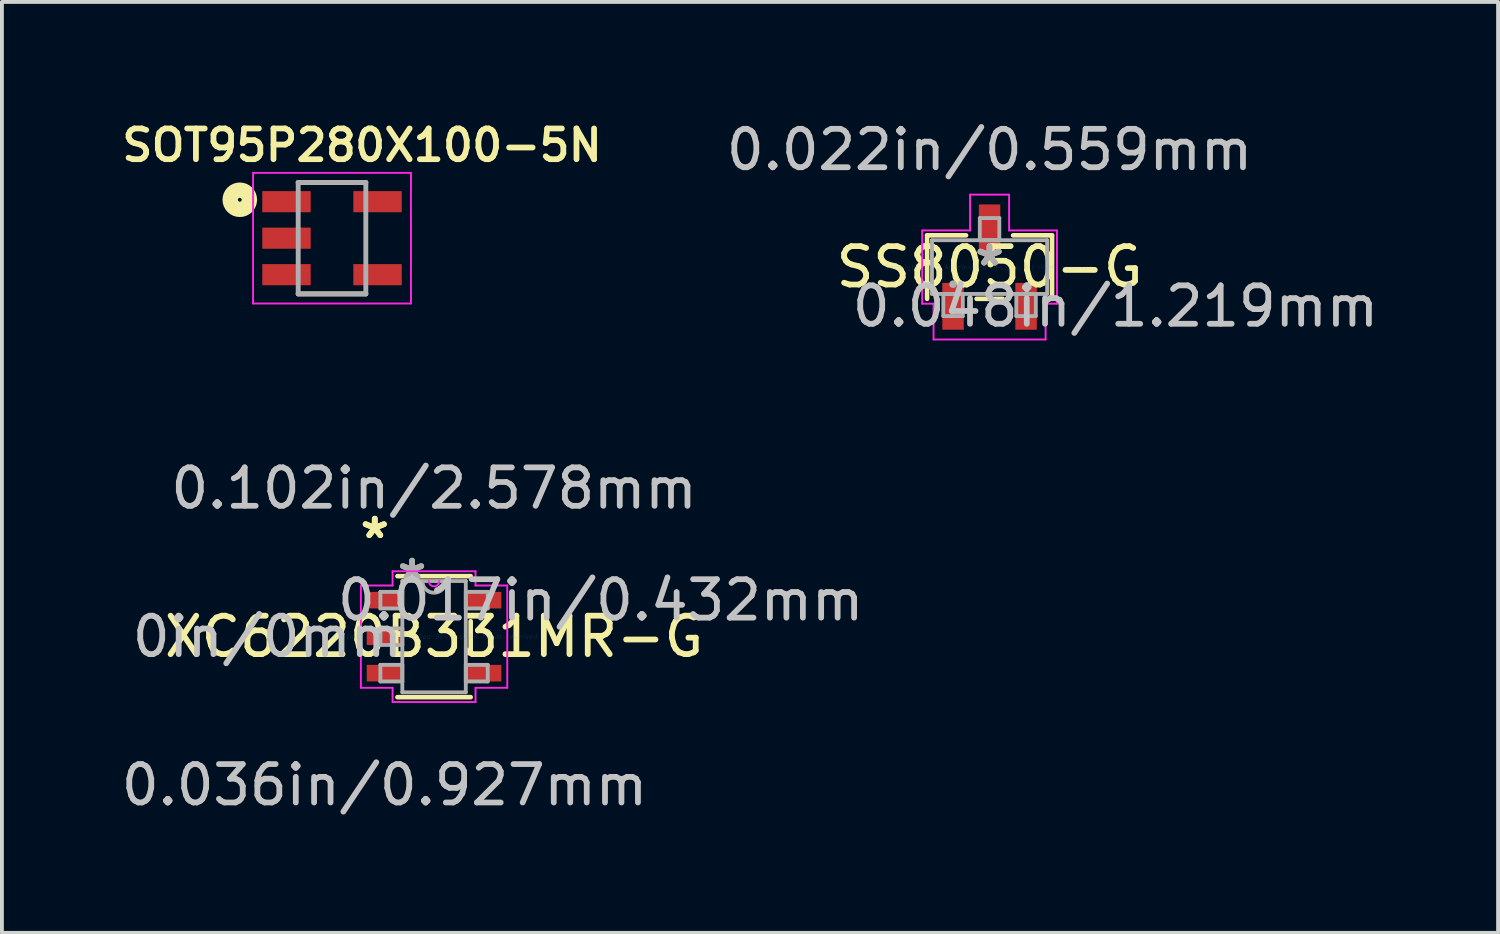
<source format=kicad_pcb>
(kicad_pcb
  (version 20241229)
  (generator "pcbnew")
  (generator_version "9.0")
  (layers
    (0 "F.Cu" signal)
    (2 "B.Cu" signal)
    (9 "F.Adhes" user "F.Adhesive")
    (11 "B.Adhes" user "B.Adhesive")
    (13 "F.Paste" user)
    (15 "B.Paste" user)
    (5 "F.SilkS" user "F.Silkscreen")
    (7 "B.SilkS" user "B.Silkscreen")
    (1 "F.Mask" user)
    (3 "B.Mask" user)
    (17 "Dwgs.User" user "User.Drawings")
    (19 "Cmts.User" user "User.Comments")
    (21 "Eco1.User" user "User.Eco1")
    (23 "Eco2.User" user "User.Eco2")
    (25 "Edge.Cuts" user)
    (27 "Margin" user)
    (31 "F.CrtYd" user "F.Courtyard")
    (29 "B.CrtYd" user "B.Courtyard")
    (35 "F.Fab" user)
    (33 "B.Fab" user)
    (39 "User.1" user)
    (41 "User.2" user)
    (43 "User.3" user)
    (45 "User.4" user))
  (footprint "SS8050-G"
    (layer "F.Cu")
    (at 22.705 3.901)
    (property "Reference" "SS8050-G" (at 0 0 0) (layer "F.SilkS") (effects (font (size 1 1) (thickness 0.15))))
    (attr through_hole)
    (fp_line (start -1.626 -0.826) (end -1.626 0.826) (stroke (width 0.12) (type solid)) (layer "F.SilkS"))
    (fp_line (start -0.612 -0.826) (end -1.626 -0.826) (stroke (width 0.12) (type solid)) (layer "F.SilkS"))
    (fp_line (start -0.338 0.826) (end 0.338 0.826) (stroke (width 0.12) (type solid)) (layer "F.SilkS"))
    (fp_line (start 1.626 -0.826) (end 0.612 -0.826) (stroke (width 0.12) (type solid)) (layer "F.SilkS"))
    (fp_line (start 1.626 0.826) (end 1.626 -0.826) (stroke (width 0.12) (type solid)) (layer "F.SilkS"))
    (fp_line (start -1.753 -0.953) (end -0.508 -0.953) (stroke (width 0.05) (type solid)) (layer "F.CrtYd"))
    (fp_line (start -1.753 0.953) (end -1.753 -0.953) (stroke (width 0.05) (type solid)) (layer "F.CrtYd"))
    (fp_line (start -1.458 0.953) (end -1.753 0.953) (stroke (width 0.05) (type solid)) (layer "F.CrtYd"))
    (fp_line (start -1.458 1.885) (end -1.458 0.953) (stroke (width 0.05) (type solid)) (layer "F.CrtYd"))
    (fp_line (start -0.508 -1.885) (end 0.508 -1.885) (stroke (width 0.05) (type solid)) (layer "F.CrtYd"))
    (fp_line (start -0.508 -0.953) (end -0.508 -1.885) (stroke (width 0.05) (type solid)) (layer "F.CrtYd"))
    (fp_line (start 0.508 -1.885) (end 0.508 -0.953) (stroke (width 0.05) (type solid)) (layer "F.CrtYd"))
    (fp_line (start 0.508 -0.953) (end 1.753 -0.953) (stroke (width 0.05) (type solid)) (layer "F.CrtYd"))
    (fp_line (start 1.458 0.953) (end 1.458 1.885) (stroke (width 0.05) (type solid)) (layer "F.CrtYd"))
    (fp_line (start 1.458 1.885) (end -1.458 1.885) (stroke (width 0.05) (type solid)) (layer "F.CrtYd"))
    (fp_line (start 1.753 -0.953) (end 1.753 0.953) (stroke (width 0.05) (type solid)) (layer "F.CrtYd"))
    (fp_line (start 1.753 0.953) (end 1.458 0.953) (stroke (width 0.05) (type solid)) (layer "F.CrtYd"))
    (fp_line (start -1.499 -0.699) (end -1.499 0.699) (stroke (width 0.1) (type solid)) (layer "F.Fab"))
    (fp_line (start -1.499 0.699) (end 1.499 0.699) (stroke (width 0.1) (type solid)) (layer "F.Fab"))
    (fp_line (start -1.204 0.699) (end -1.204 1.275) (stroke (width 0.1) (type solid)) (layer "F.Fab"))
    (fp_line (start -1.204 1.275) (end -0.696 1.275) (stroke (width 0.1) (type solid)) (layer "F.Fab"))
    (fp_line (start -0.696 0.699) (end -1.204 0.699) (stroke (width 0.1) (type solid)) (layer "F.Fab"))
    (fp_line (start -0.696 1.275) (end -0.696 0.699) (stroke (width 0.1) (type solid)) (layer "F.Fab"))
    (fp_line (start -0.254 -1.275) (end -0.254 -0.699) (stroke (width 0.1) (type solid)) (layer "F.Fab"))
    (fp_line (start -0.254 -0.699) (end 0.254 -0.699) (stroke (width 0.1) (type solid)) (layer "F.Fab"))
    (fp_line (start 0.254 -1.275) (end -0.254 -1.275) (stroke (width 0.1) (type solid)) (layer "F.Fab"))
    (fp_line (start 0.254 -0.699) (end 0.254 -1.275) (stroke (width 0.1) (type solid)) (layer "F.Fab"))
    (fp_line (start 0.696 0.699) (end 0.696 1.275) (stroke (width 0.1) (type solid)) (layer "F.Fab"))
    (fp_line (start 0.696 1.275) (end 1.204 1.275) (stroke (width 0.1) (type solid)) (layer "F.Fab"))
    (fp_line (start 1.204 0.699) (end 0.696 0.699) (stroke (width 0.1) (type solid)) (layer "F.Fab"))
    (fp_line (start 1.204 1.275) (end 1.204 0.699) (stroke (width 0.1) (type solid)) (layer "F.Fab"))
    (fp_line (start 1.499 -0.699) (end -1.499 -0.699) (stroke (width 0.1) (type solid)) (layer "F.Fab"))
    (fp_line (start 1.499 0.699) (end 1.499 -0.699) (stroke (width 0.1) (type solid)) (layer "F.Fab"))
    (fp_circle (center -0.95 0.445) (end -0.95 0.445) (stroke (width 0.1) (type solid)) (fill no) (layer "F.Fab"))
    (fp_text user "*" (at 0 0 0) (layer "F.SilkS") (effects (font (size 1 1) (thickness 0.15))))
    (fp_text user "0.048in/1.219mm" (at 3.277 1.021 0) (layer "Dwgs.User") (effects (font (size 1 1) (thickness 0.15))))
    (fp_text user "0.022in/0.559mm" (at 0 -3.053 0) (layer "Dwgs.User") (effects (font (size 1 1) (thickness 0.15))))
    (fp_text user "Copyright 2021 Accelerated Designs. All rights reserved." (at 0 0 0) (layer "Cmts.User") (effects (font (size 0.127 0.127) (thickness 0.002))))
    (fp_text user "*" (at 0 0 0) (layer "F.Fab") (effects (font (size 1 1) (thickness 0.15))))
    (pad "1" smd rect (at -0.95 1.021) (size 0.559 1.219) (layers "F.Cu" "F.Mask" "F.Paste"))
    (pad "2" smd rect (at 0.95 1.021) (size 0.559 1.219) (layers "F.Cu" "F.Mask" "F.Paste"))
    (pad "3" smd rect (at 0 -1.021) (size 0.559 1.219) (layers "F.Cu" "F.Mask" "F.Paste")))
  (footprint "SOT95P280X100-5N"
    (layer "F.Cu")
    (at 5.591 3.149)
    (property "Reference" "SOT95P280X100-5N" (at 0.782 -2.418 0) (layer "F.SilkS") (effects (font (size 0.8 0.8) (thickness 0.15))))
    (attr through_hole)
    (fp_line (start -0.88 -1.45) (end 0.88 -1.45) (stroke (width 0.127) (type solid)) (layer "F.SilkS"))
    (fp_line (start -0.88 1.45) (end 0.88 1.45) (stroke (width 0.127) (type solid)) (layer "F.SilkS"))
    (fp_circle (center -2.4 -1) (end -2.35 -1) (stroke (width 0.4) (type solid)) (fill no) (layer "F.SilkS"))
    (fp_line (start -2.055 -1.7) (end 2.055 -1.7) (stroke (width 0.05) (type solid)) (layer "F.CrtYd"))
    (fp_line (start -2.055 1.7) (end -2.055 -1.7) (stroke (width 0.05) (type solid)) (layer "F.CrtYd"))
    (fp_line (start 2.055 -1.7) (end 2.055 1.7) (stroke (width 0.05) (type solid)) (layer "F.CrtYd"))
    (fp_line (start 2.055 1.7) (end -2.055 1.7) (stroke (width 0.05) (type solid)) (layer "F.CrtYd"))
    (fp_line (start -0.88 -1.45) (end -0.88 1.45) (stroke (width 0.127) (type solid)) (layer "F.Fab"))
    (fp_line (start -0.88 1.45) (end 0.88 1.45) (stroke (width 0.127) (type solid)) (layer "F.Fab"))
    (fp_line (start 0.88 -1.45) (end -0.88 -1.45) (stroke (width 0.127) (type solid)) (layer "F.Fab"))
    (fp_line (start 0.88 1.45) (end 0.88 -1.45) (stroke (width 0.127) (type solid)) (layer "F.Fab"))
    (pad "1" smd rect (at -1.185 -0.95) (size 1.26 0.55) (layers "F.Cu" "F.Mask" "F.Paste"))
    (pad "2" smd rect (at -1.185 0) (size 1.26 0.55) (layers "F.Cu" "F.Mask" "F.Paste"))
    (pad "3" smd rect (at -1.185 0.95) (size 1.26 0.55) (layers "F.Cu" "F.Mask" "F.Paste"))
    (pad "4" smd rect (at 1.185 0.95) (size 1.26 0.55) (layers "F.Cu" "F.Mask" "F.Paste"))
    (pad "5" smd rect (at 1.185 -0.95) (size 1.26 0.55) (layers "F.Cu" "F.Mask" "F.Paste")))
  (footprint "XC6220B331MR-G"
    (layer "F.Cu")
    (at 8.247 13.52)
    (property "Reference" "XC6220B331MR-G" (at 0 0 0) (layer "F.SilkS") (effects (font (size 1 1) (thickness 0.15))))
    (attr through_hole)
    (fp_line (start -0.953 1.575) (end 0.953 1.575) (stroke (width 0.12) (type solid)) (layer "F.SilkS"))
    (fp_line (start 0.953 -1.575) (end -0.953 -1.575) (stroke (width 0.12) (type solid)) (layer "F.SilkS"))
    (fp_line (start 0.953 0.401) (end 0.953 -0.401) (stroke (width 0.12) (type solid)) (layer "F.SilkS"))
    (fp_line (start -1.905 -1.331) (end -1.079 -1.331) (stroke (width 0.05) (type solid)) (layer "F.CrtYd"))
    (fp_line (start -1.905 1.331) (end -1.905 -1.331) (stroke (width 0.05) (type solid)) (layer "F.CrtYd"))
    (fp_line (start -1.079 -1.702) (end 1.079 -1.702) (stroke (width 0.05) (type solid)) (layer "F.CrtYd"))
    (fp_line (start -1.079 -1.331) (end -1.079 -1.702) (stroke (width 0.05) (type solid)) (layer "F.CrtYd"))
    (fp_line (start -1.079 1.331) (end -1.905 1.331) (stroke (width 0.05) (type solid)) (layer "F.CrtYd"))
    (fp_line (start -1.079 1.702) (end -1.079 1.331) (stroke (width 0.05) (type solid)) (layer "F.CrtYd"))
    (fp_line (start 1.079 -1.702) (end 1.079 -1.331) (stroke (width 0.05) (type solid)) (layer "F.CrtYd"))
    (fp_line (start 1.079 -1.331) (end 1.905 -1.331) (stroke (width 0.05) (type solid)) (layer "F.CrtYd"))
    (fp_line (start 1.079 1.331) (end 1.079 1.702) (stroke (width 0.05) (type solid)) (layer "F.CrtYd"))
    (fp_line (start 1.079 1.702) (end -1.079 1.702) (stroke (width 0.05) (type solid)) (layer "F.CrtYd"))
    (fp_line (start 1.905 -1.331) (end 1.905 1.331) (stroke (width 0.05) (type solid)) (layer "F.CrtYd"))
    (fp_line (start 1.905 1.331) (end 1.079 1.331) (stroke (width 0.05) (type solid)) (layer "F.CrtYd"))
    (fp_arc (start 0.137583 -1.4478) (mid 0 -1.310217) (end -0.137583 -1.4478) (stroke (width 0.05) (type solid)) (layer "F.CrtYd"))
    (fp_line (start -1.397 -1.166) (end -1.397 -0.734) (stroke (width 0.1) (type solid)) (layer "F.Fab"))
    (fp_line (start -1.397 -0.734) (end -0.826 -0.734) (stroke (width 0.1) (type solid)) (layer "F.Fab"))
    (fp_line (start -1.397 -0.216) (end -1.397 0.216) (stroke (width 0.1) (type solid)) (layer "F.Fab"))
    (fp_line (start -1.397 0.216) (end -0.826 0.216) (stroke (width 0.1) (type solid)) (layer "F.Fab"))
    (fp_line (start -1.397 0.734) (end -1.397 1.166) (stroke (width 0.1) (type solid)) (layer "F.Fab"))
    (fp_line (start -1.397 1.166) (end -0.826 1.166) (stroke (width 0.1) (type solid)) (layer "F.Fab"))
    (fp_line (start -0.826 -1.448) (end -0.826 1.448) (stroke (width 0.1) (type solid)) (layer "F.Fab"))
    (fp_line (start -0.826 -1.166) (end -1.397 -1.166) (stroke (width 0.1) (type solid)) (layer "F.Fab"))
    (fp_line (start -0.826 -0.734) (end -0.826 -1.166) (stroke (width 0.1) (type solid)) (layer "F.Fab"))
    (fp_line (start -0.826 -0.216) (end -1.397 -0.216) (stroke (width 0.1) (type solid)) (layer "F.Fab"))
    (fp_line (start -0.826 0.216) (end -0.826 -0.216) (stroke (width 0.1) (type solid)) (layer "F.Fab"))
    (fp_line (start -0.826 0.734) (end -1.397 0.734) (stroke (width 0.1) (type solid)) (layer "F.Fab"))
    (fp_line (start -0.826 1.166) (end -0.826 0.734) (stroke (width 0.1) (type solid)) (layer "F.Fab"))
    (fp_line (start -0.826 1.448) (end 0.826 1.448) (stroke (width 0.1) (type solid)) (layer "F.Fab"))
    (fp_line (start 0.826 -1.448) (end -0.826 -1.448) (stroke (width 0.1) (type solid)) (layer "F.Fab"))
    (fp_line (start 0.826 -1.166) (end 0.826 -0.734) (stroke (width 0.1) (type solid)) (layer "F.Fab"))
    (fp_line (start 0.826 -0.734) (end 1.397 -0.734) (stroke (width 0.1) (type solid)) (layer "F.Fab"))
    (fp_line (start 0.826 0.734) (end 0.826 1.166) (stroke (width 0.1) (type solid)) (layer "F.Fab"))
    (fp_line (start 0.826 1.166) (end 1.397 1.166) (stroke (width 0.1) (type solid)) (layer "F.Fab"))
    (fp_line (start 0.826 1.448) (end 0.826 -1.448) (stroke (width 0.1) (type solid)) (layer "F.Fab"))
    (fp_line (start 1.397 -1.166) (end 0.826 -1.166) (stroke (width 0.1) (type solid)) (layer "F.Fab"))
    (fp_line (start 1.397 -0.734) (end 1.397 -1.166) (stroke (width 0.1) (type solid)) (layer "F.Fab"))
    (fp_line (start 1.397 0.734) (end 0.826 0.734) (stroke (width 0.1) (type solid)) (layer "F.Fab"))
    (fp_line (start 1.397 1.166) (end 1.397 0.734) (stroke (width 0.1) (type solid)) (layer "F.Fab"))
    (fp_arc (start 0.3048 -1.4478) (mid 0 -1.143) (end -0.3048 -1.4478) (stroke (width 0.1) (type solid)) (layer "F.Fab"))
    (fp_text user "*" (at -1.543 -2.525 0) (layer "F.SilkS") (effects (font (size 1 1) (thickness 0.15))))
    (fp_text user "*" (at -1.543 -2.525 0) (layer "F.SilkS") (effects (font (size 1 1) (thickness 0.15))))
    (fp_text user "0.036in/0.927mm" (at -1.289 3.861 0) (layer "Dwgs.User") (effects (font (size 1 1) (thickness 0.15))))
    (fp_text user "0in/0mm" (at -4.337 0 0) (layer "Dwgs.User") (effects (font (size 1 1) (thickness 0.15))))
    (fp_text user "0.102in/2.578mm" (at 0 -3.861 0) (layer "Dwgs.User") (effects (font (size 1 1) (thickness 0.15))))
    (fp_text user "0.017in/0.432mm" (at 4.337 -0.95 0) (layer "Dwgs.User") (effects (font (size 1 1) (thickness 0.15))))
    (fp_text user "Copyright 2021 Accelerated Designs. All rights reserved." (at 0 0 0) (layer "Cmts.User") (effects (font (size 0.127 0.127) (thickness 0.002))))
    (fp_text user "*" (at -0.572 -1.433 0) (layer "F.Fab") (effects (font (size 1 1) (thickness 0.15))))
    (fp_text user "*" (at -0.572 -1.433 0) (layer "F.Fab") (effects (font (size 1 1) (thickness 0.15))))
    (pad "1" smd rect (at -1.289 -0.95) (size 0.927 0.432) (layers "F.Cu" "F.Mask" "F.Paste"))
    (pad "2" smd rect (at -1.289 0) (size 0.927 0.432) (layers "F.Cu" "F.Mask" "F.Paste"))
    (pad "3" smd rect (at -1.289 0.95) (size 0.927 0.432) (layers "F.Cu" "F.Mask" "F.Paste"))
    (pad "4" smd rect (at 1.289 0.95) (size 0.927 0.432) (layers "F.Cu" "F.Mask" "F.Paste"))
    (pad "5" smd rect (at 1.289 -0.95) (size 0.927 0.432) (layers "F.Cu" "F.Mask" "F.Paste")))
  (gr_rect
    (start -3 -3)
    (end 35.94 21.229)
    (stroke (width 0.1) (type default))
    (fill no)
    (layer "Edge.Cuts")))
</source>
